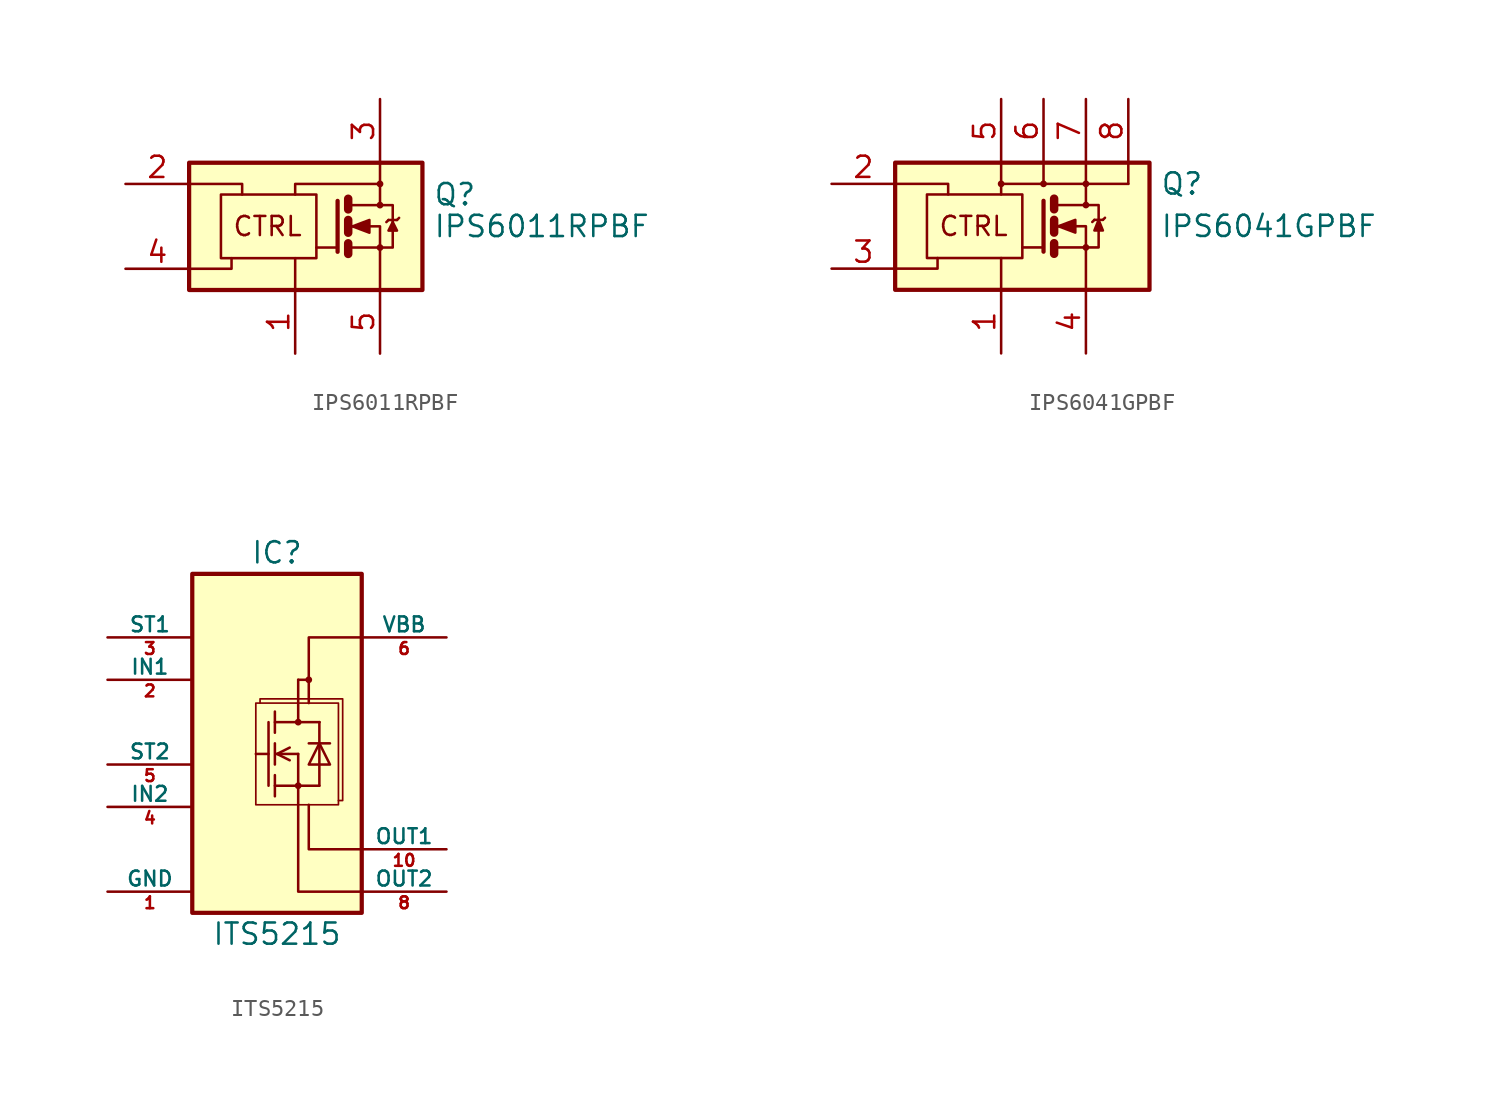
<source format=kicad_sym>
(kicad_symbol_lib
  (version 20231120)
  (generator "kicad_symbol_editor")
  (generator_version "8.0")
  (symbol "IPS6011RPBF"
    (pin_names
      (offset 0) hide)
    (property "Reference" "Q"
      (at 8.255 1.905 0)
      (effects (font (size 1.27 1.27)) (justify left)))
    (property "Value" "IPS6011RPBF"
      (at 8.255 0 0)
      (effects (font (size 1.27 1.27)) (justify left)))
    (symbol "IPS6011RPBF_0_0"
      (rectangle (start -6.35 3.81) (end 7.62 -3.81) (stroke (width 0.254) (type default)) (fill (type background)))
      (polyline (pts (xy 0 -3.81) (xy 0 -1.905)) (stroke (width 0) (type default)) (fill (type none)))
      (polyline (pts (xy -6.35 -2.54) (xy -3.81 -2.54) (xy -3.81 -1.905)) (stroke (width 0) (type default)) (fill (type none)))
      (polyline (pts (xy -6.35 2.54) (xy -3.175 2.54) (xy -3.175 1.905)) (stroke (width 0) (type default)) (fill (type none)))
      (polyline (pts (xy 0 1.905) (xy 0 2.54) (xy 5.08 2.54)) (stroke (width 0) (type default)) (fill (type none)))
      (circle (center 5.08 2.54) (radius 0.127) (stroke (width 0) (type default)) (fill (type none)))
      (text "CTRL" (at -1.651 0 0) (effects (font (size 1.143 1.143)))))
    (symbol "IPS6011RPBF_0_1"
      (rectangle (start -4.445 1.905) (end 1.27 -1.905) (stroke (width 0) (type default)) (fill (type none)))
      (polyline (pts (xy 2.54 -1.27) (xy 1.27 -1.27)) (stroke (width 0) (type default)) (fill (type none)))
      (polyline (pts (xy 3.175 -1.27) (xy 5.08 -1.27)) (stroke (width 0) (type default)) (fill (type none)))
      (polyline (pts (xy 3.175 -1.016) (xy 3.175 -1.651)) (stroke (width 0.508) (type default)) (fill (type none)))
      (polyline (pts (xy 3.175 0.381) (xy 3.175 -0.381)) (stroke (width 0.508) (type default)) (fill (type none)))
      (polyline (pts (xy 3.175 1.651) (xy 3.175 1.016)) (stroke (width 0.508) (type default)) (fill (type none)))
      (polyline (pts (xy 5.588 0.381) (xy 5.461 0.254)) (stroke (width 0) (type default)) (fill (type none)))
      (polyline (pts (xy 5.588 0.381) (xy 6.096 0.381)) (stroke (width 0) (type default)) (fill (type none)))
      (polyline (pts (xy 6.096 0.381) (xy 6.223 0.508)) (stroke (width 0) (type default)) (fill (type none)))
      (polyline (pts (xy 2.54 1.524) (xy 2.54 -1.524) (xy 2.54 -1.524)) (stroke (width 0.254) (type default)) (fill (type none)))
      (polyline (pts (xy 3.175 0) (xy 5.08 0) (xy 5.08 -3.81)) (stroke (width 0) (type default)) (fill (type none)))
      (polyline (pts (xy 3.175 1.27) (xy 5.08 1.27) (xy 5.08 3.81)) (stroke (width 0) (type default)) (fill (type none)))
      (polyline (pts (xy 5.08 -1.27) (xy 5.842 -1.27) (xy 5.842 1.27) (xy 5.08 1.27)) (stroke (width 0) (type default)) (fill (type none)))
      (polyline (pts (xy 5.842 0.254) (xy 5.588 -0.254) (xy 6.096 -0.254) (xy 5.842 0.254)) (stroke (width 0) (type default)) (fill (type outline)))
      (polyline (pts (xy 3.429 0) (xy 4.445 0.381) (xy 4.445 -0.381) (xy 3.429 0) (xy 3.556 0) (xy 3.556 0)) (stroke (width 0) (type default)) (fill (type outline)))
      (circle (center 5.08 -1.27) (radius 0.127) (stroke (width 0) (type default)) (fill (type none)))
      (circle (center 5.08 1.27) (radius 0.127) (stroke (width 0) (type default)) (fill (type none))))
    (symbol "IPS6011RPBF_1_1"
      (pin power_in line (at 0 -7.62 90) (length 3.81) (name "GND" (effects (font (size 1.27 1.27)))) (number "1" (effects (font (size 1.27 1.27)))))
      (pin input line (at -10.16 2.54 0) (length 3.81) (name "IN" (effects (font (size 1.27 1.27)))) (number "2" (effects (font (size 1.27 1.27)))))
      (pin power_in line (at 5.08 7.62 270) (length 3.81) (name "VCC" (effects (font (size 1.27 1.27)))) (number "3" (effects (font (size 1.27 1.27)))))
      (pin bidirectional line (at -10.16 -2.54 0) (length 3.81) (name "DG" (effects (font (size 1.27 1.27)))) (number "4" (effects (font (size 1.27 1.27)))))
      (pin output line (at 5.08 -7.62 90) (length 3.81) (name "OUT" (effects (font (size 1.27 1.27)))) (number "5" (effects (font (size 1.27 1.27)))))))
  (symbol "IPS6041GPBF"
    (pin_names
      (offset 0) hide)
    (property "Reference" "Q"
      (at 9.525 2.54 0)
      (effects (font (size 1.27 1.27)) (justify left)))
    (property "Value" "IPS6041GPBF"
      (at 9.525 0 0)
      (effects (font (size 1.27 1.27)) (justify left)))
    (symbol "IPS6041GPBF_0_0"
      (rectangle (start -6.35 3.81) (end 8.89 -3.81) (stroke (width 0.254) (type default)) (fill (type background)))
      (polyline (pts (xy 0 -3.81) (xy 0 -1.905)) (stroke (width 0) (type default)) (fill (type none)))
      (polyline (pts (xy 0 2.54) (xy 0 3.81)) (stroke (width 0) (type default)) (fill (type none)))
      (polyline (pts (xy 2.54 2.54) (xy 2.54 3.81)) (stroke (width 0) (type default)) (fill (type none)))
      (polyline (pts (xy -6.35 -2.54) (xy -3.81 -2.54) (xy -3.81 -1.905)) (stroke (width 0) (type default)) (fill (type none)))
      (polyline (pts (xy -6.35 2.54) (xy -3.175 2.54) (xy -3.175 1.905)) (stroke (width 0) (type default)) (fill (type none)))
      (polyline (pts (xy 0 1.905) (xy 0 2.54) (xy 5.08 2.54)) (stroke (width 0) (type default)) (fill (type none)))
      (circle (center 0 2.54) (radius 0.127) (stroke (width 0) (type default)) (fill (type none)))
      (circle (center 2.54 2.54) (radius 0.127) (stroke (width 0) (type default)) (fill (type none)))
      (circle (center 5.08 2.54) (radius 0.127) (stroke (width 0) (type default)) (fill (type none)))
      (text "CTRL" (at -1.651 0 0) (effects (font (size 1.143 1.143)))))
    (symbol "IPS6041GPBF_0_1"
      (rectangle (start -4.445 1.905) (end 1.27 -1.905) (stroke (width 0) (type default)) (fill (type none)))
      (polyline (pts (xy 2.54 -1.27) (xy 1.27 -1.27)) (stroke (width 0) (type default)) (fill (type none)))
      (polyline (pts (xy 3.175 -1.016) (xy 3.175 -1.651)) (stroke (width 0.508) (type default)) (fill (type none)))
      (polyline (pts (xy 3.175 0.381) (xy 3.175 -0.381)) (stroke (width 0.508) (type default)) (fill (type none)))
      (polyline (pts (xy 3.175 1.651) (xy 3.175 1.016)) (stroke (width 0.508) (type default)) (fill (type none)))
      (polyline (pts (xy 3.302 -1.27) (xy 5.08 -1.27)) (stroke (width 0) (type default)) (fill (type none)))
      (polyline (pts (xy 3.302 1.27) (xy 5.08 1.27)) (stroke (width 0) (type default)) (fill (type none)))
      (polyline (pts (xy 5.08 1.27) (xy 5.08 3.81)) (stroke (width 0) (type default)) (fill (type none)))
      (polyline (pts (xy 5.08 2.54) (xy 7.62 2.54)) (stroke (width 0) (type default)) (fill (type none)))
      (polyline (pts (xy 5.588 0.381) (xy 5.461 0.254)) (stroke (width 0) (type default)) (fill (type none)))
      (polyline (pts (xy 5.588 0.381) (xy 6.096 0.381)) (stroke (width 0) (type default)) (fill (type none)))
      (polyline (pts (xy 6.096 0.381) (xy 6.223 0.508)) (stroke (width 0) (type default)) (fill (type none)))
      (polyline (pts (xy 7.62 3.81) (xy 7.62 2.54)) (stroke (width 0) (type default)) (fill (type none)))
      (polyline (pts (xy 2.54 1.524) (xy 2.54 -1.524) (xy 2.54 -1.524)) (stroke (width 0.254) (type default)) (fill (type none)))
      (polyline (pts (xy 3.302 0) (xy 5.08 0) (xy 5.08 -3.81)) (stroke (width 0) (type default)) (fill (type none)))
      (polyline (pts (xy 5.08 -1.27) (xy 5.842 -1.27) (xy 5.842 1.27) (xy 5.08 1.27)) (stroke (width 0) (type default)) (fill (type none)))
      (polyline (pts (xy 5.842 0.381) (xy 5.588 -0.254) (xy 6.096 -0.254) (xy 5.842 0.381)) (stroke (width 0) (type default)) (fill (type outline)))
      (polyline (pts (xy 3.429 0) (xy 4.445 0.381) (xy 4.445 -0.381) (xy 3.429 0) (xy 3.556 0) (xy 3.556 0)) (stroke (width 0) (type default)) (fill (type outline)))
      (circle (center 5.08 -1.27) (radius 0.127) (stroke (width 0) (type default)) (fill (type none)))
      (circle (center 5.08 1.27) (radius 0.127) (stroke (width 0) (type default)) (fill (type none))))
    (symbol "IPS6041GPBF_1_1"
      (pin power_in line (at 0 -7.62 90) (length 3.81) (name "GND" (effects (font (size 1.27 1.27)))) (number "1" (effects (font (size 1.27 1.27)))))
      (pin input line (at -10.16 2.54 0) (length 3.81) (name "IN" (effects (font (size 1.27 1.27)))) (number "2" (effects (font (size 1.27 1.27)))))
      (pin bidirectional line (at -10.16 -2.54 0) (length 3.81) (name "DG" (effects (font (size 1.27 1.27)))) (number "3" (effects (font (size 1.27 1.27)))))
      (pin output line (at 5.08 -7.62 90) (length 3.81) (name "OUT" (effects (font (size 1.27 1.27)))) (number "4" (effects (font (size 1.27 1.27)))))
      (pin power_in line (at 0 7.62 270) (length 3.81) (name "VCC" (effects (font (size 1.27 1.27)))) (number "5" (effects (font (size 1.27 1.27)))))
      (pin power_in line (at 2.54 7.62 270) (length 3.81) (name "~" (effects (font (size 1.27 1.27)))) (number "6" (effects (font (size 1.27 1.27)))))
      (pin power_in line (at 5.08 7.62 270) (length 3.81) (name "~" (effects (font (size 1.27 1.27)))) (number "7" (effects (font (size 1.27 1.27)))))
      (pin power_in line (at 7.62 7.62 270) (length 3.81) (name "~" (effects (font (size 1.27 1.27)))) (number "8" (effects (font (size 1.27 1.27)))))))
  (symbol "ITS5215"
    (pin_names
      (offset 0))
    (property "Reference" "IC"
      (at 0 12.7 0)
      (effects (font (size 1.27 1.27))))
    (property "Value" "ITS5215"
      (at 0 -10.16 0)
      (effects (font (size 1.27 1.27))))
    (symbol "ITS5215_0_1"
      (rectangle (start -5.08 11.43) (end 5.08 -8.89) (stroke (width 0.254) (type default)) (fill (type background)))
      (rectangle (start -1.27 3.683) (end 3.683 -2.413) (stroke (width 0.102) (type default)) (fill (type none)))
      (polyline (pts (xy -1.27 0.635) (xy -0.508 0.635)) (stroke (width 0.152) (type default)) (fill (type none)))
      (polyline (pts (xy -0.508 2.54) (xy -0.508 -1.27)) (stroke (width 0.152) (type default)) (fill (type none)))
      (polyline (pts (xy -0.127 -1.27) (xy 2.54 -1.27)) (stroke (width 0.152) (type default)) (fill (type none)))
      (polyline (pts (xy -0.127 -0.635) (xy -0.127 -1.905)) (stroke (width 0.152) (type default)) (fill (type none)))
      (polyline (pts (xy -0.127 1.27) (xy -0.127 0)) (stroke (width 0.152) (type default)) (fill (type none)))
      (polyline (pts (xy -0.127 3.175) (xy -0.127 1.905)) (stroke (width 0.152) (type default)) (fill (type none)))
      (polyline (pts (xy 0 0.635) (xy 0.762 0.254)) (stroke (width 0.152) (type default)) (fill (type none)))
      (polyline (pts (xy 0 0.635) (xy 0.762 1.016)) (stroke (width 0.152) (type default)) (fill (type none)))
      (polyline (pts (xy 0 0.635) (xy 1.27 0.635)) (stroke (width 0.152) (type default)) (fill (type none)))
      (polyline (pts (xy 1.27 2.54) (xy 1.27 5.08)) (stroke (width 0) (type default)) (fill (type none)))
      (polyline (pts (xy 1.905 1.27) (xy 3.175 1.27)) (stroke (width 0.152) (type default)) (fill (type none)))
      (polyline (pts (xy 2.54 2.54) (xy -0.127 2.54)) (stroke (width 0.152) (type default)) (fill (type none)))
      (polyline (pts (xy 2.54 2.54) (xy 2.54 -1.27)) (stroke (width 0.152) (type default)) (fill (type none)))
      (polyline (pts (xy 2.54 2.54) (xy 2.54 2.54)) (stroke (width 0) (type default)) (fill (type none)))
      (polyline (pts (xy 1.27 0.635) (xy 1.27 0) (xy 1.27 -1.27)) (stroke (width 0.152) (type default)) (fill (type none)))
      (polyline (pts (xy 1.27 5.08) (xy 1.905 5.08) (xy 1.905 3.683)) (stroke (width 0.152) (type default)) (fill (type none)))
      (polyline (pts (xy 1.905 -2.413) (xy 1.905 -5.08) (xy 5.08 -5.08)) (stroke (width 0.152) (type default)) (fill (type none)))
      (polyline (pts (xy 5.08 -7.62) (xy 1.27 -7.62) (xy 1.27 -1.27)) (stroke (width 0.152) (type default)) (fill (type none)))
      (polyline (pts (xy 5.08 7.62) (xy 1.905 7.62) (xy 1.905 5.08)) (stroke (width 0.152) (type default)) (fill (type none)))
      (polyline (pts (xy 2.54 1.27) (xy 1.905 0) (xy 3.175 0) (xy 2.54 1.27)) (stroke (width 0.152) (type default)) (fill (type none)))
      (polyline (pts (xy -1.016 3.683) (xy -1.016 3.937) (xy 3.937 3.937) (xy 3.937 -2.159) (xy 3.683 -2.159)) (stroke (width 0.102) (type default)) (fill (type none)))
      (circle (center 1.27 -1.27) (radius 0.127) (stroke (width 0.152) (type default)) (fill (type none)))
      (circle (center 1.27 2.54) (radius 0.127) (stroke (width 0.152) (type default)) (fill (type none)))
      (circle (center 1.905 5.08) (radius 0.127) (stroke (width 0.152) (type default)) (fill (type none))))
    (symbol "ITS5215_1_1"
      (pin power_in line (at -10.16 -7.62 0) (length 5.08) (name "GND" (effects (font (size 0.889 0.889)))) (number "1" (effects (font (size 0.711 0.711)))))
      (pin open_emitter line (at 10.16 -5.08 180) (length 5.08) (name "OUT1" (effects (font (size 0.889 0.889)))) (number "10" (effects (font (size 0.711 0.711)))))
      (pin no_connect line (at 5.08 -2.54 180) (length 5.08) hide (name "NC" (effects (font (size 0.889 0.889)))) (number "11" (effects (font (size 0.711 0.711)))))
      (pin passive line (at 10.16 7.62 180) (length 5.08) hide (name "VBB" (effects (font (size 0.889 0.889)))) (number "12" (effects (font (size 0.711 0.711)))))
      (pin passive line (at 10.16 7.62 180) (length 5.08) hide (name "VBB" (effects (font (size 0.889 0.889)))) (number "13" (effects (font (size 0.711 0.711)))))
      (pin input line (at -10.16 5.08 0) (length 5.08) (name "IN1" (effects (font (size 0.889 0.889)))) (number "2" (effects (font (size 0.711 0.711)))))
      (pin open_collector line (at -10.16 7.62 0) (length 5.08) (name "ST1" (effects (font (size 0.889 0.889)))) (number "3" (effects (font (size 0.711 0.711)))))
      (pin input line (at -10.16 -2.54 0) (length 5.08) (name "IN2" (effects (font (size 0.889 0.889)))) (number "4" (effects (font (size 0.711 0.711)))))
      (pin open_collector line (at -10.16 0 0) (length 5.08) (name "ST2" (effects (font (size 0.889 0.889)))) (number "5" (effects (font (size 0.711 0.711)))))
      (pin power_in line (at 10.16 7.62 180) (length 5.08) (name "VBB" (effects (font (size 0.889 0.889)))) (number "6" (effects (font (size 0.711 0.711)))))
      (pin no_connect line (at 5.08 2.54 180) (length 5.08) hide (name "NC" (effects (font (size 0.889 0.889)))) (number "7" (effects (font (size 0.711 0.711)))))
      (pin open_emitter line (at 10.16 -7.62 180) (length 5.08) (name "OUT2" (effects (font (size 0.889 0.889)))) (number "8" (effects (font (size 0.711 0.711)))))
      (pin no_connect line (at 5.08 0 180) (length 5.08) hide (name "NC" (effects (font (size 0.889 0.889)))) (number "9" (effects (font (size 0.711 0.711))))))))
</source>
